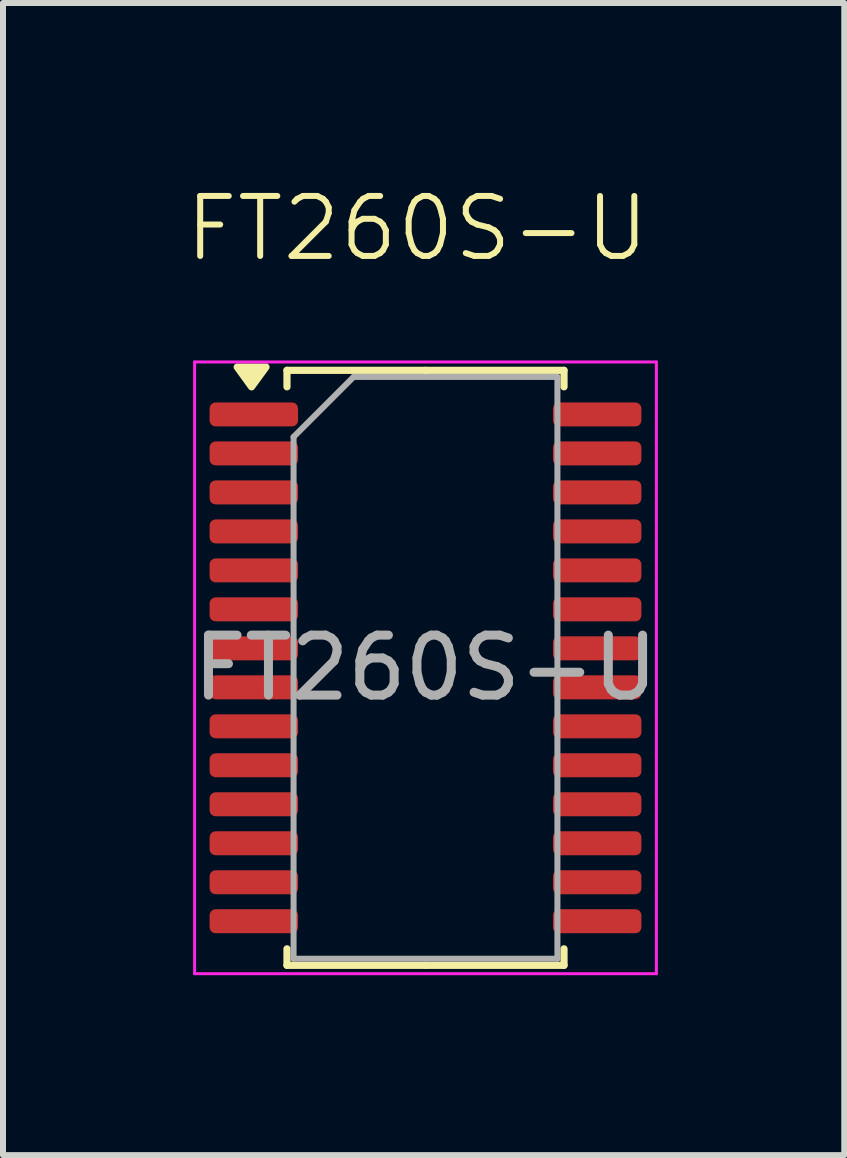
<source format=kicad_pcb>
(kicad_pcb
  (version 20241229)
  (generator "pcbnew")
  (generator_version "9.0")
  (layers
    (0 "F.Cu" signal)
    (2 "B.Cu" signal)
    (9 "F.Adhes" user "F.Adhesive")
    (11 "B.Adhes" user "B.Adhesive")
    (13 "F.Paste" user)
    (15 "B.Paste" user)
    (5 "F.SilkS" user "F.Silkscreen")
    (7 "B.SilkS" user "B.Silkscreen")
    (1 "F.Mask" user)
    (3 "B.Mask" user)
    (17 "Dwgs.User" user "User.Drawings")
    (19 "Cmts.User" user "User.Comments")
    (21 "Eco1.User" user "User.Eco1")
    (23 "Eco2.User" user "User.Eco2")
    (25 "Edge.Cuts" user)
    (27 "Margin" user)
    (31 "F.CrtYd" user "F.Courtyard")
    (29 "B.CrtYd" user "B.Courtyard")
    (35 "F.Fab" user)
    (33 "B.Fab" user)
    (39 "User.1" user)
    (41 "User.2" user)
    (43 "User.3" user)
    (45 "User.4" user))
  (footprint "FT260S-U"
    (layer "F.Cu")
    (at 3.907 1.26)
    (property "Reference" "FT260S-U" (at 0 -0.5 0) (unlocked yes) (layer "F.SilkS") (effects (font (size 1 1) (thickness 0.1))))
    (attr smd)
    (fp_line (start -2.172 1.865) (end -2.172 2.14) (stroke (width 0.12) (type solid)) (layer "F.SilkS"))
    (fp_line (start -2.172 11.785) (end -2.172 11.51) (stroke (width 0.12) (type solid)) (layer "F.SilkS"))
    (fp_line (start 0.138 1.865) (end -2.172 1.865) (stroke (width 0.12) (type solid)) (layer "F.SilkS"))
    (fp_line (start 0.138 1.865) (end 2.447 1.865) (stroke (width 0.12) (type solid)) (layer "F.SilkS"))
    (fp_line (start 0.138 11.785) (end -2.172 11.785) (stroke (width 0.12) (type solid)) (layer "F.SilkS"))
    (fp_line (start 0.138 11.785) (end 2.447 11.785) (stroke (width 0.12) (type solid)) (layer "F.SilkS"))
    (fp_line (start 2.447 1.865) (end 2.447 2.14) (stroke (width 0.12) (type solid)) (layer "F.SilkS"))
    (fp_line (start 2.447 11.785) (end 2.447 11.51) (stroke (width 0.12) (type solid)) (layer "F.SilkS"))
    (fp_poly (pts (xy -2.763 2.14) (xy -3.002 1.81) (xy -2.522 1.81) (xy -2.763 2.14)) (stroke (width 0.12) (type solid)) (fill yes) (layer "F.SilkS"))
    (fp_line (start -3.712 1.725) (end -3.712 11.925) (stroke (width 0.05) (type solid)) (layer "F.CrtYd"))
    (fp_line (start -3.712 11.925) (end 3.987 11.925) (stroke (width 0.05) (type solid)) (layer "F.CrtYd"))
    (fp_line (start 3.987 1.725) (end -3.712 1.725) (stroke (width 0.05) (type solid)) (layer "F.CrtYd"))
    (fp_line (start 3.987 11.925) (end 3.987 1.725) (stroke (width 0.05) (type solid)) (layer "F.CrtYd"))
    (fp_line (start -2.062 2.975) (end -1.062 1.975) (stroke (width 0.1) (type solid)) (layer "F.Fab"))
    (fp_line (start -2.062 11.675) (end -2.062 2.975) (stroke (width 0.1) (type solid)) (layer "F.Fab"))
    (fp_line (start -1.062 1.975) (end 2.337 1.975) (stroke (width 0.1) (type solid)) (layer "F.Fab"))
    (fp_line (start 2.337 1.975) (end 2.337 11.675) (stroke (width 0.1) (type solid)) (layer "F.Fab"))
    (fp_line (start 2.337 11.675) (end -2.062 11.675) (stroke (width 0.1) (type solid)) (layer "F.Fab"))
    (fp_text user "${REFERENCE}" (at 0.138 6.825 0) (layer "F.Fab") (effects (font (size 1 1) (thickness 0.15))))
    (pad "1" smd roundrect (at -2.725 2.6) (size 1.475 0.4) (layers "F.Cu" "F.Mask" "F.Paste") (roundrect_rratio 0.25))
    (pad "2" smd roundrect (at -2.725 3.25) (size 1.475 0.4) (layers "F.Cu" "F.Mask" "F.Paste") (roundrect_rratio 0.25))
    (pad "3" smd roundrect (at -2.725 3.9) (size 1.475 0.4) (layers "F.Cu" "F.Mask" "F.Paste") (roundrect_rratio 0.25))
    (pad "4" smd roundrect (at -2.725 4.55) (size 1.475 0.4) (layers "F.Cu" "F.Mask" "F.Paste") (roundrect_rratio 0.25))
    (pad "5" smd roundrect (at -2.725 5.2) (size 1.475 0.4) (layers "F.Cu" "F.Mask" "F.Paste") (roundrect_rratio 0.25))
    (pad "6" smd roundrect (at -2.725 5.85) (size 1.475 0.4) (layers "F.Cu" "F.Mask" "F.Paste") (roundrect_rratio 0.25))
    (pad "7" smd roundrect (at -2.725 6.5) (size 1.475 0.4) (layers "F.Cu" "F.Mask" "F.Paste") (roundrect_rratio 0.25))
    (pad "8" smd roundrect (at -2.725 7.15) (size 1.475 0.4) (layers "F.Cu" "F.Mask" "F.Paste") (roundrect_rratio 0.25))
    (pad "9" smd roundrect (at -2.725 7.8) (size 1.475 0.4) (layers "F.Cu" "F.Mask" "F.Paste") (roundrect_rratio 0.25))
    (pad "10" smd roundrect (at -2.725 8.45) (size 1.475 0.4) (layers "F.Cu" "F.Mask" "F.Paste") (roundrect_rratio 0.25))
    (pad "11" smd roundrect (at -2.725 9.1) (size 1.475 0.4) (layers "F.Cu" "F.Mask" "F.Paste") (roundrect_rratio 0.25))
    (pad "12" smd roundrect (at -2.725 9.75) (size 1.475 0.4) (layers "F.Cu" "F.Mask" "F.Paste") (roundrect_rratio 0.25))
    (pad "13" smd roundrect (at -2.725 10.4) (size 1.475 0.4) (layers "F.Cu" "F.Mask" "F.Paste") (roundrect_rratio 0.25))
    (pad "14" smd roundrect (at -2.725 11.05) (size 1.475 0.4) (layers "F.Cu" "F.Mask" "F.Paste") (roundrect_rratio 0.25))
    (pad "15" smd roundrect (at 3 11.05) (size 1.475 0.4) (layers "F.Cu" "F.Mask" "F.Paste") (roundrect_rratio 0.25))
    (pad "16" smd roundrect (at 3 10.4) (size 1.475 0.4) (layers "F.Cu" "F.Mask" "F.Paste") (roundrect_rratio 0.25))
    (pad "17" smd roundrect (at 3 9.75) (size 1.475 0.4) (layers "F.Cu" "F.Mask" "F.Paste") (roundrect_rratio 0.25))
    (pad "18" smd roundrect (at 3 9.1) (size 1.475 0.4) (layers "F.Cu" "F.Mask" "F.Paste") (roundrect_rratio 0.25))
    (pad "19" smd roundrect (at 3 8.45) (size 1.475 0.4) (layers "F.Cu" "F.Mask" "F.Paste") (roundrect_rratio 0.25))
    (pad "20" smd roundrect (at 3 7.8) (size 1.475 0.4) (layers "F.Cu" "F.Mask" "F.Paste") (roundrect_rratio 0.25))
    (pad "21" smd roundrect (at 3 7.15) (size 1.475 0.4) (layers "F.Cu" "F.Mask" "F.Paste") (roundrect_rratio 0.25))
    (pad "22" smd roundrect (at 3 6.5) (size 1.475 0.4) (layers "F.Cu" "F.Mask" "F.Paste") (roundrect_rratio 0.25))
    (pad "23" smd roundrect (at 3 5.85) (size 1.475 0.4) (layers "F.Cu" "F.Mask" "F.Paste") (roundrect_rratio 0.25))
    (pad "24" smd roundrect (at 3 5.2) (size 1.475 0.4) (layers "F.Cu" "F.Mask" "F.Paste") (roundrect_rratio 0.25))
    (pad "25" smd roundrect (at 3 4.55) (size 1.475 0.4) (layers "F.Cu" "F.Mask" "F.Paste") (roundrect_rratio 0.25))
    (pad "26" smd roundrect (at 3 3.9) (size 1.475 0.4) (layers "F.Cu" "F.Mask" "F.Paste") (roundrect_rratio 0.25))
    (pad "27" smd roundrect (at 3 3.25) (size 1.475 0.4) (layers "F.Cu" "F.Mask" "F.Paste") (roundrect_rratio 0.25))
    (pad "28" smd roundrect (at 3 2.6) (size 1.475 0.4) (layers "F.Cu" "F.Mask" "F.Paste") (roundrect_rratio 0.25)))
  (gr_rect
    (start -3 -3)
    (end 11.027 16.21)
    (stroke (width 0.1) (type default))
    (fill no)
    (layer "Edge.Cuts")))
</source>
